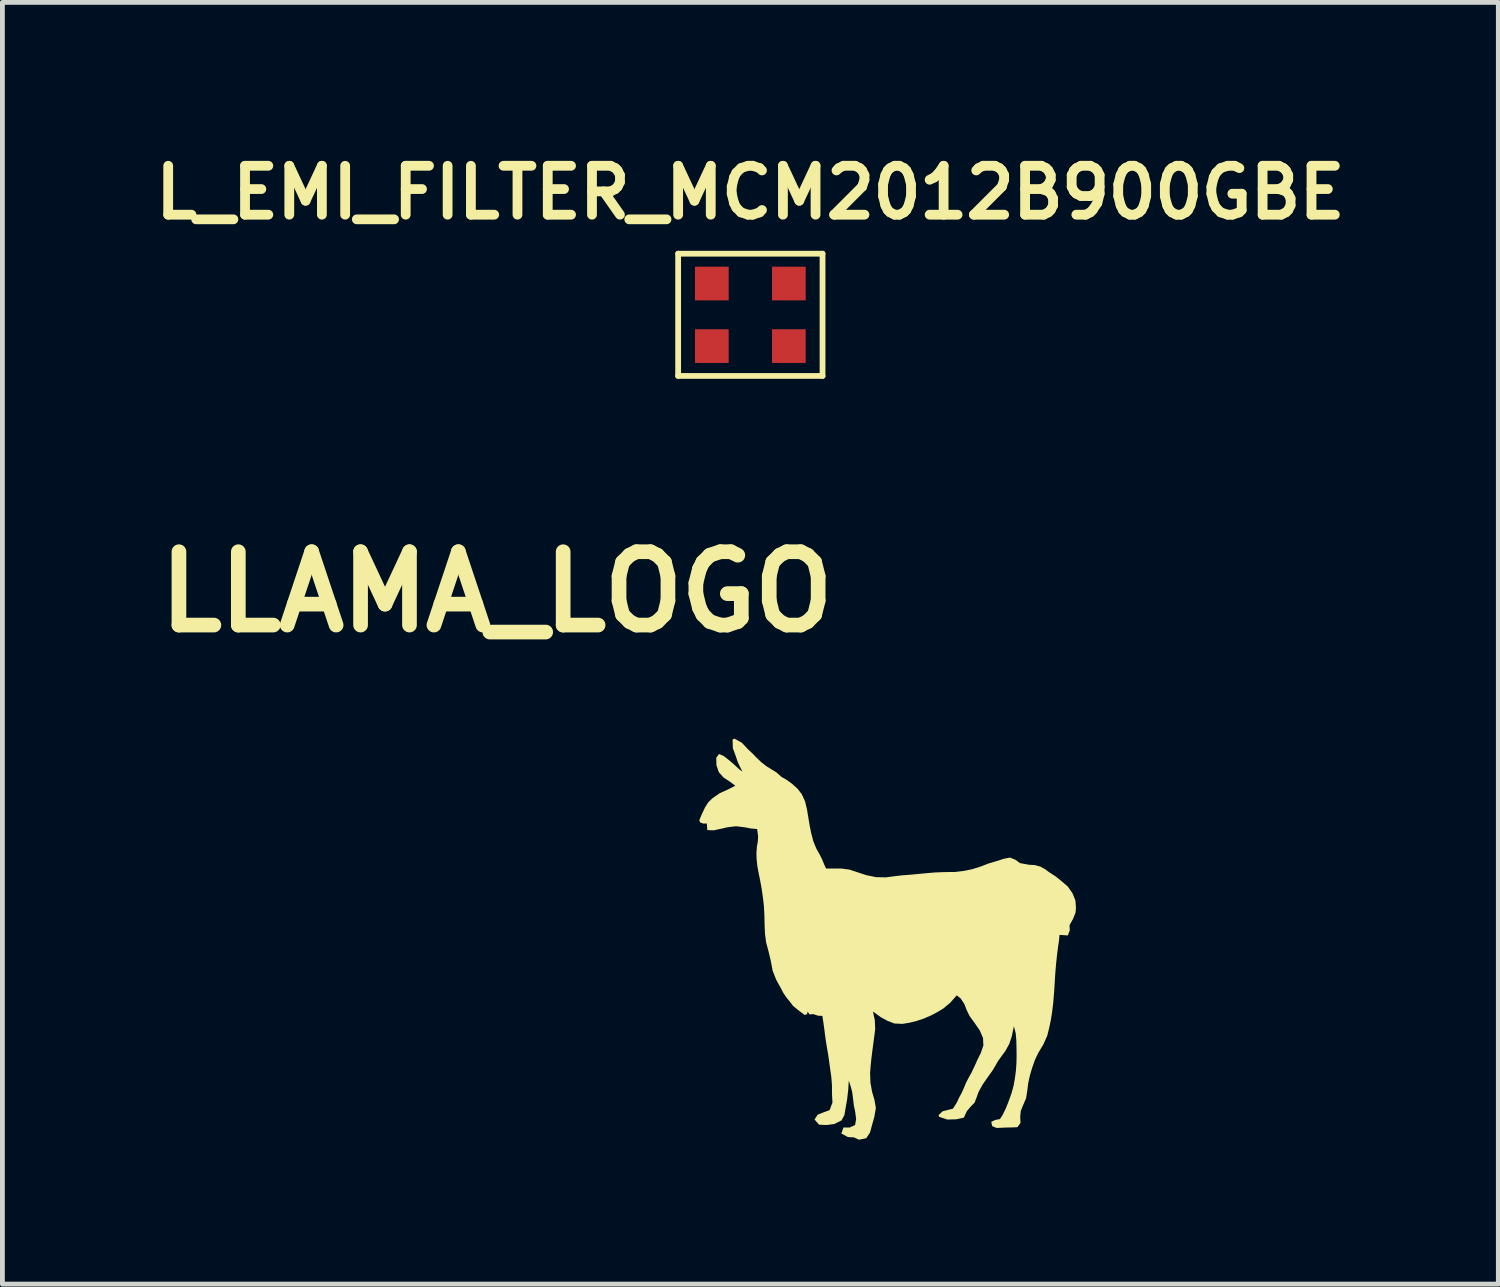
<source format=kicad_pcb>
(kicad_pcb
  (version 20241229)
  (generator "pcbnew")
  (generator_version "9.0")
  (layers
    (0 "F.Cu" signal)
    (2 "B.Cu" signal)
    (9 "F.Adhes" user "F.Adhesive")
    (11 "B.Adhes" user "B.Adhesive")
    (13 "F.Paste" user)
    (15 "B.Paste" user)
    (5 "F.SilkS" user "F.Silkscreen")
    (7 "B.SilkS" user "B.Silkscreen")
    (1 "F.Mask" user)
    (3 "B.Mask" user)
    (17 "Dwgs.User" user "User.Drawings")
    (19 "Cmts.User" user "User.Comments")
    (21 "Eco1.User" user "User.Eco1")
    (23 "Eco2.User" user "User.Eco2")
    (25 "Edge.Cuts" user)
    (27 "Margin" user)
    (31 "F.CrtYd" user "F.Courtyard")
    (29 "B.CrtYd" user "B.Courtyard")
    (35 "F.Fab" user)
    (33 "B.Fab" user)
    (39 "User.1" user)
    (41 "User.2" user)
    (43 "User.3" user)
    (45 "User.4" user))
  (footprint "L_EMI_FILTER_MCM2012B900GBE"
    (layer "F.Cu")
    (at 12.54 3.491)
    (property "Reference" "L_EMI_FILTER_MCM2012B900GBE" (at 0 -2.54 0) (layer "F.SilkS") (effects (font (size 1.016 1.016) (thickness 0.203))))
    (property "Value" "${VALUE}" (at 0 2.54 0) (layer "F.SilkS") (hide yes) (effects (font (size 1.016 0.914) (thickness 0.203) (italic yes))))
    (attr smd)
    (fp_line (start -1.5 -1.27) (end -1.5 1.27) (stroke (width 0.12) (type solid)) (layer "F.SilkS"))
    (fp_line (start -1.5 -1.27) (end 1.5 -1.27) (stroke (width 0.12) (type solid)) (layer "F.SilkS"))
    (fp_line (start -1.5 1.27) (end 1.5 1.27) (stroke (width 0.12) (type solid)) (layer "F.SilkS"))
    (fp_line (start 1.5 -1.27) (end 1.5 1.27) (stroke (width 0.12) (type solid)) (layer "F.SilkS"))
    (pad "1" smd rect (at -0.8 -0.65) (size 0.7 0.7) (layers "F.Cu" "F.Mask" "F.Paste"))
    (pad "2" smd rect (at 0.8 -0.65) (size 0.7 0.7) (layers "F.Cu" "F.Mask" "F.Paste"))
    (pad "3" smd rect (at 0.8 0.65) (size 0.7 0.7) (layers "F.Cu" "F.Mask" "F.Paste"))
    (pad "4" smd rect (at -0.8 0.65) (size 0.7 0.7) (layers "F.Cu" "F.Mask" "F.Paste")))
  (footprint "LLAMA_LOGO"
    (layer "F.Cu")
    (at 7.272 10.296)
    (property "Reference" "LLAMA_LOGO" (at 0 -1.048 0) (layer "F.SilkS") (effects (font (size 1.524 1.524) (thickness 0.305))))
    (attr exclude_from_pos_files exclude_from_bom)
    (fp_poly (pts (xy 12.034 5.51) (xy 12.021 5.359) (xy 11.961 5.213) (xy 11.864 5.074) (xy 11.734 4.962) (xy 11.611 4.863) (xy 11.481 4.779) (xy 11.393 4.715) (xy 11.298 4.661) (xy 11.18 4.628) (xy 11.055 4.621) (xy 10.871 4.587) (xy 10.777 4.518) (xy 10.66 4.472) (xy 10.536 4.497) (xy 10.378 4.547) (xy 10.22 4.594) (xy 10.054 4.658) (xy 9.883 4.712) (xy 9.705 4.749) (xy 9.523 4.771) (xy 9.325 4.773) (xy 9.126 4.78) (xy 8.949 4.794) (xy 8.772 4.811) (xy 8.595 4.828) (xy 8.419 4.841) (xy 8.251 4.861) (xy 8.083 4.883) (xy 7.881 4.879) (xy 7.683 4.839) (xy 7.505 4.781) (xy 7.328 4.722) (xy 7.153 4.699) (xy 6.976 4.699) (xy 6.841 4.7) (xy 6.799 4.607) (xy 6.759 4.509) (xy 6.712 4.415) (xy 6.636 4.279) (xy 6.577 4.134) (xy 6.533 3.968) (xy 6.499 3.799) (xy 6.471 3.63) (xy 6.444 3.467) (xy 6.405 3.305) (xy 6.337 3.155) (xy 6.246 3.039) (xy 6.133 2.938) (xy 6.013 2.851) (xy 5.916 2.797) (xy 5.81 2.702) (xy 5.711 2.641) (xy 5.611 2.58) (xy 5.5 2.494) (xy 5.398 2.398) (xy 5.313 2.309) (xy 5.223 2.226) (xy 5.094 2.088) (xy 4.936 2) (xy 4.899 2.021) (xy 4.904 2.198) (xy 4.958 2.344) (xy 5.008 2.491) (xy 5.055 2.59) (xy 5.105 2.686) (xy 5.041 2.641) (xy 4.922 2.531) (xy 4.799 2.427) (xy 4.713 2.361) (xy 4.617 2.32) (xy 4.56 2.397) (xy 4.563 2.551) (xy 4.613 2.698) (xy 4.714 2.811) (xy 4.839 2.892) (xy 4.956 2.979) (xy 4.795 3.061) (xy 4.631 3.135) (xy 4.482 3.238) (xy 4.393 3.325) (xy 4.327 3.429) (xy 4.264 3.562) (xy 4.207 3.696) (xy 4.226 3.743) (xy 4.294 3.766) (xy 4.357 3.764) (xy 4.368 3.768) (xy 4.365 3.784) (xy 4.375 3.901) (xy 4.506 3.906) (xy 4.651 3.875) (xy 4.795 3.842) (xy 4.971 3.821) (xy 5.146 3.842) (xy 5.277 3.867) (xy 5.409 3.879) (xy 5.43 4.034) (xy 5.423 4.14) (xy 5.404 4.246) (xy 5.395 4.368) (xy 5.397 4.49) (xy 5.413 4.648) (xy 5.442 4.803) (xy 5.474 4.958) (xy 5.506 5.136) (xy 5.531 5.315) (xy 5.551 5.494) (xy 5.56 5.678) (xy 5.564 5.865) (xy 5.572 6.052) (xy 5.596 6.235) (xy 5.644 6.413) (xy 5.692 6.615) (xy 5.731 6.821) (xy 5.805 7.01) (xy 5.903 7.187) (xy 5.955 7.287) (xy 6.018 7.379) (xy 6.089 7.467) (xy 6.156 7.554) (xy 6.281 7.656) (xy 6.395 7.741) (xy 6.446 7.727) (xy 6.46 7.672) (xy 6.496 7.73) (xy 6.578 7.725) (xy 6.674 7.757) (xy 6.754 7.761) (xy 6.764 7.76) (xy 6.787 7.907) (xy 6.807 8.055) (xy 6.828 8.221) (xy 6.854 8.387) (xy 6.882 8.547) (xy 6.905 8.707) (xy 6.927 8.867) (xy 6.95 9.027) (xy 6.964 9.201) (xy 6.964 9.376) (xy 6.974 9.563) (xy 6.915 9.72) (xy 6.795 9.763) (xy 6.667 9.814) (xy 6.602 9.914) (xy 6.695 10.022) (xy 6.853 10.029) (xy 7.011 10.008) (xy 7.162 9.934) (xy 7.222 9.823) (xy 7.244 9.694) (xy 7.278 9.499) (xy 7.301 9.303) (xy 7.313 9.106) (xy 7.351 9.22) (xy 7.383 9.337) (xy 7.402 9.48) (xy 7.419 9.624) (xy 7.446 9.752) (xy 7.466 9.905) (xy 7.444 10.029) (xy 7.331 10.081) (xy 7.203 10.08) (xy 7.159 10.205) (xy 7.296 10.279) (xy 7.421 10.286) (xy 7.526 10.334) (xy 7.676 10.303) (xy 7.754 10.186) (xy 7.795 10.035) (xy 7.845 9.857) (xy 7.876 9.675) (xy 7.847 9.506) (xy 7.798 9.342) (xy 7.763 9.146) (xy 7.756 8.948) (xy 7.767 8.802) (xy 7.782 8.656) (xy 7.8 8.511) (xy 7.821 8.352) (xy 7.842 8.193) (xy 7.862 8.035) (xy 7.854 7.851) (xy 7.815 7.67) (xy 7.981 7.79) (xy 8.125 7.868) (xy 8.264 7.92) (xy 8.427 7.927) (xy 8.577 7.903) (xy 8.724 7.866) (xy 8.869 7.818) (xy 9.027 7.75) (xy 9.173 7.672) (xy 9.28 7.606) (xy 9.424 7.485) (xy 9.556 7.334) (xy 9.638 7.399) (xy 9.715 7.515) (xy 9.76 7.635) (xy 9.822 7.763) (xy 9.93 7.912) (xy 10.034 8.062) (xy 10.102 8.219) (xy 10.11 8.377) (xy 10.054 8.537) (xy 9.987 8.671) (xy 9.926 8.807) (xy 9.862 8.942) (xy 9.805 9.044) (xy 9.751 9.148) (xy 9.707 9.254) (xy 9.661 9.357) (xy 9.607 9.457) (xy 9.558 9.561) (xy 9.478 9.689) (xy 9.383 9.713) (xy 9.264 9.743) (xy 9.18 9.821) (xy 9.19 9.858) (xy 9.359 9.915) (xy 9.545 9.91) (xy 9.704 9.875) (xy 9.766 9.741) (xy 9.843 9.65) (xy 9.928 9.562) (xy 9.97 9.452) (xy 10.01 9.341) (xy 10.095 9.188) (xy 10.193 9.045) (xy 10.295 8.903) (xy 10.355 8.804) (xy 10.413 8.702) (xy 10.489 8.596) (xy 10.567 8.49) (xy 10.649 8.341) (xy 10.7 8.183) (xy 10.736 8.015) (xy 10.744 7.976) (xy 10.782 8.125) (xy 10.795 8.28) (xy 10.798 8.434) (xy 10.8 8.588) (xy 10.797 8.743) (xy 10.786 8.896) (xy 10.766 9.052) (xy 10.738 9.211) (xy 10.696 9.364) (xy 10.641 9.519) (xy 10.581 9.671) (xy 10.51 9.819) (xy 10.454 9.905) (xy 10.355 9.924) (xy 10.274 9.963) (xy 10.292 10.051) (xy 10.384 10.09) (xy 10.577 10.081) (xy 10.697 10.079) (xy 10.816 10.074) (xy 10.881 9.986) (xy 10.875 9.859) (xy 10.887 9.736) (xy 10.933 9.622) (xy 10.997 9.473) (xy 11.022 9.315) (xy 11.042 9.156) (xy 11.076 8.999) (xy 11.124 8.839) (xy 11.18 8.678) (xy 11.252 8.527) (xy 11.356 8.355) (xy 11.437 8.172) (xy 11.477 8.012) (xy 11.511 7.851) (xy 11.537 7.689) (xy 11.562 7.482) (xy 11.579 7.275) (xy 11.592 7.068) (xy 11.605 6.861) (xy 11.623 6.654) (xy 11.641 6.486) (xy 11.662 6.319) (xy 11.681 6.199) (xy 11.692 6.078) (xy 11.864 6.09) (xy 11.905 5.983) (xy 11.9 5.876) (xy 11.974 5.744) (xy 12.025 5.615) (xy 12.034 5.51)) (stroke (width 0) (type solid)) (fill yes) (layer "F.SilkS")))
  (gr_rect
    (start -3 -3)
    (end 28.081 23.63)
    (stroke (width 0.1) (type default))
    (fill no)
    (layer "Edge.Cuts")))
</source>
